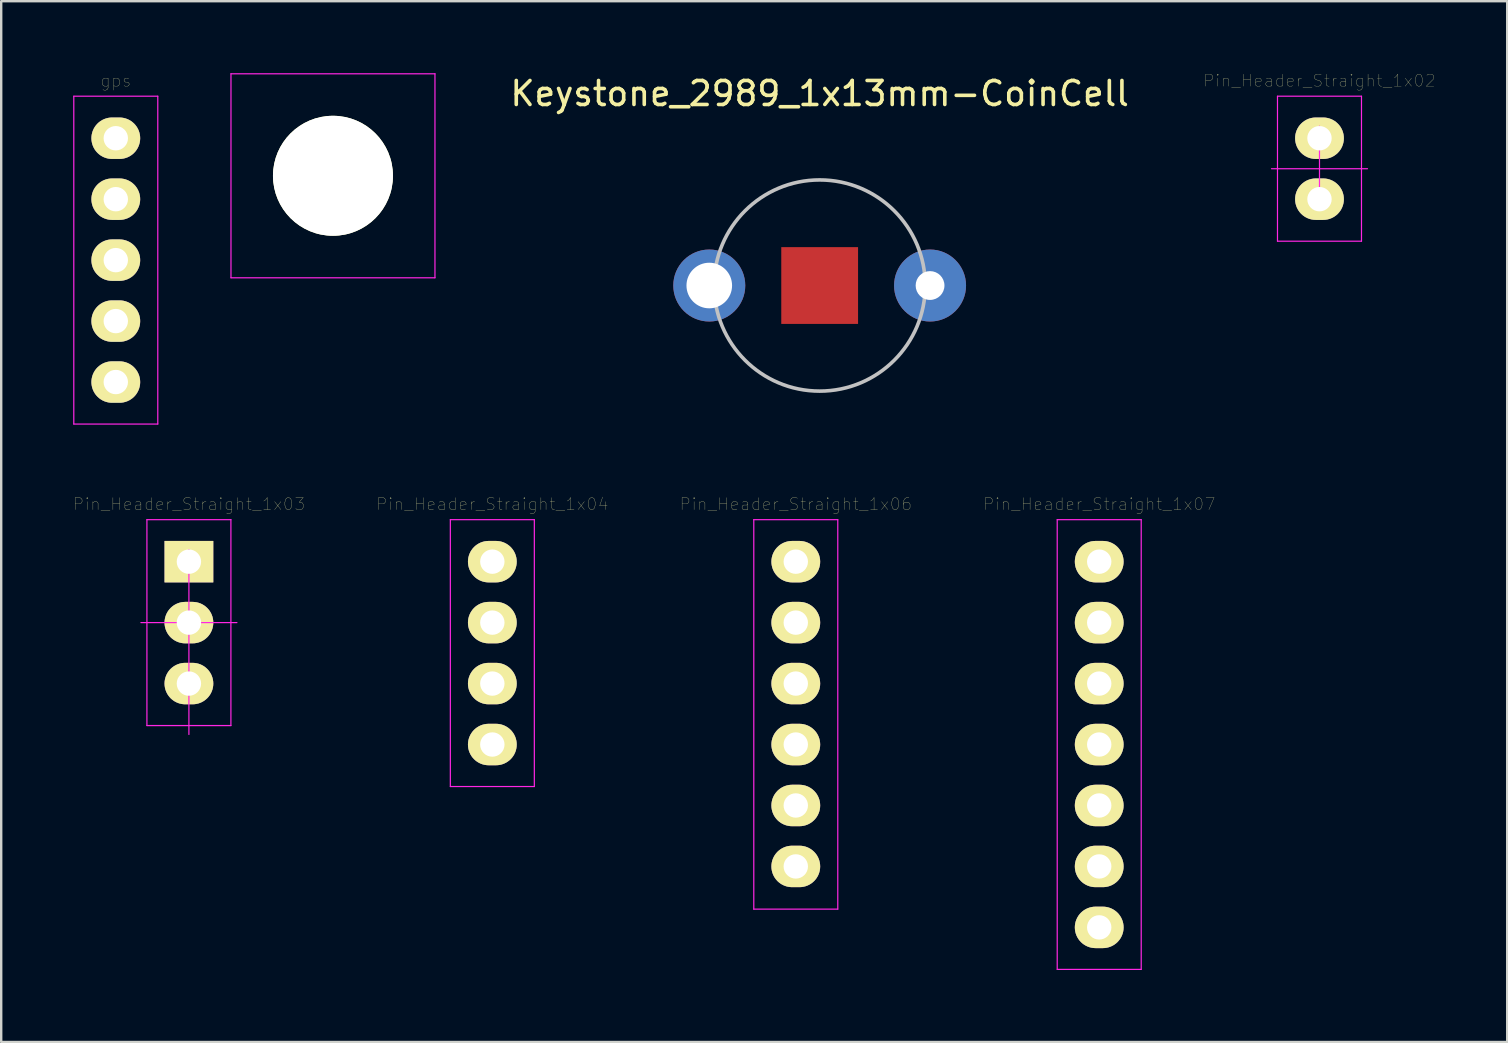
<source format=kicad_pcb>
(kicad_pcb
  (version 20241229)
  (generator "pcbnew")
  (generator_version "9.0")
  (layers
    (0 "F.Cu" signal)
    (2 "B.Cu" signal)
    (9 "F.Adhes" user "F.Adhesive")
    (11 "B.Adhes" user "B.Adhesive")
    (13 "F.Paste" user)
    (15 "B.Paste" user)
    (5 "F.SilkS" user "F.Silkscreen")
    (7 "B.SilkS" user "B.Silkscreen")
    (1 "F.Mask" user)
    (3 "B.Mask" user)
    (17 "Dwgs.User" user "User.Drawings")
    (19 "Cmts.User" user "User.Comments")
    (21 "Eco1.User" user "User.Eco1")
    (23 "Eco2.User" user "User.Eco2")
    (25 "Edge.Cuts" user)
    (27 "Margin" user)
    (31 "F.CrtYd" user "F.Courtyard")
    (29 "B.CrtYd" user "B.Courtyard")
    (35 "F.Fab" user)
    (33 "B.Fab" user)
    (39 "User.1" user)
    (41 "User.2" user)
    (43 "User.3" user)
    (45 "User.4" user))
  (footprint "Pin_Header_Straight_1x04"
    (layer "F.Cu")
    (at 17.466 20.355)
    (property "Reference" "Pin_Header_Straight_1x04" (at 0 -2.4 0) (layer "F.SilkS") (effects (font (size 0.5 0.5) (thickness 0.01))))
    (attr through_hole)
    (fp_line (start -1.75 -1.75) (end -1.75 9.37) (stroke (width 0.05) (type solid)) (layer "F.CrtYd"))
    (fp_line (start -1.75 -1.75) (end 1.75 -1.75) (stroke (width 0.05) (type solid)) (layer "F.CrtYd"))
    (fp_line (start -1.75 9.37) (end 1.75 9.37) (stroke (width 0.05) (type solid)) (layer "F.CrtYd"))
    (fp_line (start 1.75 -1.75) (end 1.75 9.37) (stroke (width 0.05) (type solid)) (layer "F.CrtYd"))
    (pad "1" thru_hole oval (at 0 0) (size 2.032 1.727) (drill 1.016) (layers "*.Cu" "*.Mask" "F.SilkS"))
    (pad "2" thru_hole oval (at 0 2.54) (size 2.032 1.727) (drill 1.016) (layers "*.Cu" "*.Mask" "F.SilkS"))
    (pad "3" thru_hole oval (at 0 5.08) (size 2.032 1.727) (drill 1.016) (layers "*.Cu" "*.Mask" "F.SilkS"))
    (pad "4" thru_hole oval (at 0 7.62) (size 2.032 1.727) (drill 1.016) (layers "*.Cu" "*.Mask" "F.SilkS")))
  (footprint "Pin_Header_Straight_1x03"
    (layer "F.Cu")
    (at 4.822 20.355)
    (property "Reference" "Pin_Header_Straight_1x03" (at 0 -2.4 0) (layer "F.SilkS") (effects (font (size 0.5 0.5) (thickness 0.01))))
    (attr through_hole)
    (fp_line (start -2 2.54) (end 2 2.54) (stroke (width 0.05) (type solid)) (layer "F.CrtYd"))
    (fp_line (start -1.75 -1.75) (end -1.75 6.83) (stroke (width 0.05) (type solid)) (layer "F.CrtYd"))
    (fp_line (start -1.75 -1.75) (end 1.75 -1.75) (stroke (width 0.05) (type solid)) (layer "F.CrtYd"))
    (fp_line (start -1.75 6.83) (end 1.75 6.83) (stroke (width 0.05) (type solid)) (layer "F.CrtYd"))
    (fp_line (start 0 -0.5) (end 0 7.2) (stroke (width 0.05) (type solid)) (layer "F.CrtYd"))
    (fp_line (start 1.75 -1.75) (end 1.75 6.83) (stroke (width 0.05) (type solid)) (layer "F.CrtYd"))
    (pad "1" thru_hole rect (at 0 0) (size 2.032 1.727) (drill 1.016) (layers "*.Cu" "*.Mask" "F.SilkS"))
    (pad "2" thru_hole oval (at 0 2.54) (size 2.032 1.727) (drill 1.016) (layers "*.Cu" "*.Mask" "F.SilkS"))
    (pad "3" thru_hole oval (at 0 5.08) (size 2.032 1.727) (drill 1.016) (layers "*.Cu" "*.Mask" "F.SilkS")))
  (footprint "Hole0"
    (layer "F.Cu")
    (at 10.825 4.275)
    (property "Reference" "Hole0" (at 0 0 0) (layer "F.SilkS") (effects (font (size 0.5 0.5) (thickness 0.01))))
    (attr through_hole)
    (fp_line (start -4.25 -4.25) (end -4.25 4.25) (stroke (width 0.05) (type solid)) (layer "F.CrtYd"))
    (fp_line (start -4.25 -4.25) (end 4.25 -4.25) (stroke (width 0.05) (type solid)) (layer "F.CrtYd"))
    (fp_line (start -4.25 4.25) (end 4.25 4.25) (stroke (width 0.05) (type solid)) (layer "F.CrtYd"))
    (fp_line (start 4.25 -4.25) (end 4.25 4.25) (stroke (width 0.05) (type solid)) (layer "F.CrtYd"))
    (pad "" np_thru_hole circle (at 0 0) (size 5 5) (drill 5) (layers "*.Cu" "*.Mask" "F.SilkS")))
  (footprint "Pin_Header_Straight_1x06"
    (layer "F.Cu")
    (at 30.111 20.355)
    (property "Reference" "Pin_Header_Straight_1x06" (at 0 -2.4 0) (layer "F.SilkS") (effects (font (size 0.5 0.5) (thickness 0.01))))
    (attr through_hole)
    (fp_line (start -1.75 -1.75) (end -1.75 14.48) (stroke (width 0.05) (type solid)) (layer "F.CrtYd"))
    (fp_line (start -1.75 -1.75) (end 1.75 -1.75) (stroke (width 0.05) (type solid)) (layer "F.CrtYd"))
    (fp_line (start -1.75 14.48) (end 1.75 14.48) (stroke (width 0.05) (type solid)) (layer "F.CrtYd"))
    (fp_line (start 1.75 -1.75) (end 1.75 14.48) (stroke (width 0.05) (type solid)) (layer "F.CrtYd"))
    (pad "1" thru_hole oval (at 0 0) (size 2.032 1.727) (drill 1.016) (layers "*.Cu" "*.Mask" "F.SilkS"))
    (pad "2" thru_hole oval (at 0 2.54) (size 2.032 1.727) (drill 1.016) (layers "*.Cu" "*.Mask" "F.SilkS"))
    (pad "3" thru_hole oval (at 0 5.08) (size 2.032 1.727) (drill 1.016) (layers "*.Cu" "*.Mask" "F.SilkS"))
    (pad "4" thru_hole oval (at 0 7.62) (size 2.032 1.727) (drill 1.016) (layers "*.Cu" "*.Mask" "F.SilkS"))
    (pad "5" thru_hole oval (at 0 10.16) (size 2.032 1.727) (drill 1.016) (layers "*.Cu" "*.Mask" "F.SilkS"))
    (pad "6" thru_hole oval (at 0 12.7) (size 2.032 1.727) (drill 1.016) (layers "*.Cu" "*.Mask" "F.SilkS")))
  (footprint "gps"
    (layer "F.Cu")
    (at 1.775 2.71)
    (property "Reference" "gps" (at 0 -2.4 0) (layer "F.SilkS") (effects (font (size 0.5 0.5) (thickness 0.01))))
    (attr through_hole)
    (fp_line (start -1.75 -1.75) (end -1.75 11.91) (stroke (width 0.05) (type solid)) (layer "F.CrtYd"))
    (fp_line (start -1.75 -1.75) (end 1.75 -1.75) (stroke (width 0.05) (type solid)) (layer "F.CrtYd"))
    (fp_line (start -1.75 11.91) (end 1.75 11.91) (stroke (width 0.05) (type solid)) (layer "F.CrtYd"))
    (fp_line (start 1.75 -1.75) (end 1.75 11.91) (stroke (width 0.05) (type solid)) (layer "F.CrtYd"))
    (pad "G" thru_hole oval (at 0 2.54) (size 2.032 1.727) (drill 1.016) (layers "*.Cu" "*.Mask" "F.SilkS"))
    (pad "P" thru_hole oval (at 0 10.16) (size 2.032 1.727) (drill 1.016) (layers "*.Cu" "*.Mask" "F.SilkS"))
    (pad "R" thru_hole oval (at 0 5.08) (size 2.032 1.727) (drill 1.016) (layers "*.Cu" "*.Mask" "F.SilkS"))
    (pad "T" thru_hole oval (at 0 7.62) (size 2.032 1.727) (drill 1.016) (layers "*.Cu" "*.Mask" "F.SilkS"))
    (pad "V" thru_hole oval (at 0 0) (size 2.032 1.727) (drill 1.016) (layers "*.Cu" "*.Mask" "F.SilkS")))
  (footprint "Pin_Header_Straight_1x07"
    (layer "F.Cu")
    (at 42.755 20.355)
    (property "Reference" "Pin_Header_Straight_1x07" (at 0 -2.4 0) (layer "F.SilkS") (effects (font (size 0.5 0.5) (thickness 0.01))))
    (attr through_hole)
    (fp_line (start -1.75 -1.75) (end -1.75 16.99) (stroke (width 0.05) (type solid)) (layer "F.CrtYd"))
    (fp_line (start -1.75 -1.75) (end 1.75 -1.75) (stroke (width 0.05) (type solid)) (layer "F.CrtYd"))
    (fp_line (start -1.75 16.99) (end 1.75 16.99) (stroke (width 0.05) (type solid)) (layer "F.CrtYd"))
    (fp_line (start 1.75 -1.75) (end 1.75 16.99) (stroke (width 0.05) (type solid)) (layer "F.CrtYd"))
    (pad "1" thru_hole oval (at 0 0) (size 2.032 1.727) (drill 1.016) (layers "*.Cu" "*.Mask" "F.SilkS"))
    (pad "2" thru_hole oval (at 0 2.54) (size 2.032 1.727) (drill 1.016) (layers "*.Cu" "*.Mask" "F.SilkS"))
    (pad "3" thru_hole oval (at 0 5.08) (size 2.032 1.727) (drill 1.016) (layers "*.Cu" "*.Mask" "F.SilkS"))
    (pad "4" thru_hole oval (at 0 7.62) (size 2.032 1.727) (drill 1.016) (layers "*.Cu" "*.Mask" "F.SilkS"))
    (pad "5" thru_hole oval (at 0 10.16) (size 2.032 1.727) (drill 1.016) (layers "*.Cu" "*.Mask" "F.SilkS"))
    (pad "6" thru_hole oval (at 0 12.7) (size 2.032 1.727) (drill 1.016) (layers "*.Cu" "*.Mask" "F.SilkS"))
    (pad "7" thru_hole oval (at 0 15.24) (size 2.032 1.727) (drill 1.016) (layers "*.Cu" "*.Mask" "F.SilkS")))
  (footprint "Pin_Header_Straight_1x02"
    (layer "F.Cu")
    (at 51.934 2.71)
    (property "Reference" "Pin_Header_Straight_1x02" (at 0 -2.4 0) (layer "F.SilkS") (effects (font (size 0.5 0.5) (thickness 0.01))))
    (attr through_hole)
    (fp_line (start -2 1.27) (end 2 1.27) (stroke (width 0.05) (type solid)) (layer "F.CrtYd"))
    (fp_line (start -1.75 -1.75) (end -1.75 4.29) (stroke (width 0.05) (type solid)) (layer "F.CrtYd"))
    (fp_line (start -1.75 -1.75) (end 1.75 -1.75) (stroke (width 0.05) (type solid)) (layer "F.CrtYd"))
    (fp_line (start -1.75 4.29) (end 1.75 4.29) (stroke (width 0.05) (type solid)) (layer "F.CrtYd"))
    (fp_line (start 0 -0.5) (end 0 3) (stroke (width 0.05) (type solid)) (layer "F.CrtYd"))
    (fp_line (start 1.75 -1.75) (end 1.75 4.29) (stroke (width 0.05) (type solid)) (layer "F.CrtYd"))
    (pad "1" thru_hole oval (at 0 0) (size 2.032 1.727) (drill 1.016) (layers "*.Cu" "*.Mask" "F.SilkS"))
    (pad "2" thru_hole oval (at 0 2.54) (size 2.032 1.727) (drill 1.016) (layers "*.Cu" "*.Mask" "F.SilkS")))
  (footprint "Keystone_2989_1x13mm-CoinCell"
    (layer "F.Cu")
    (at 31.106 8.848)
    (property "Reference" "Keystone_2989_1x13mm-CoinCell" (at 0 -8 0) (layer "F.SilkS") (effects (font (size 1 1) (thickness 0.15))))
    (attr through_hole)
    (fp_circle (center 0 0) (end 0 4.4) (stroke (width 0.15) (type solid)) (fill no) (layer "Dwgs.User"))
    (pad "1" thru_hole circle (at -4.6 0) (size 3 3) (drill 1.9) (layers "*.Cu" "*.Mask"))
    (pad "1" thru_hole circle (at 4.6 0) (size 3 3) (drill 1.2) (layers "*.Cu" "*.Mask"))
    (pad "2" smd rect (at 0 0) (size 3.2 3.2) (layers "F.Cu" "F.Mask")))
  (gr_rect
    (start -3 -3)
    (end 59.756 40.37)
    (stroke (width 0.1) (type default))
    (fill no)
    (layer "Edge.Cuts")))
</source>
